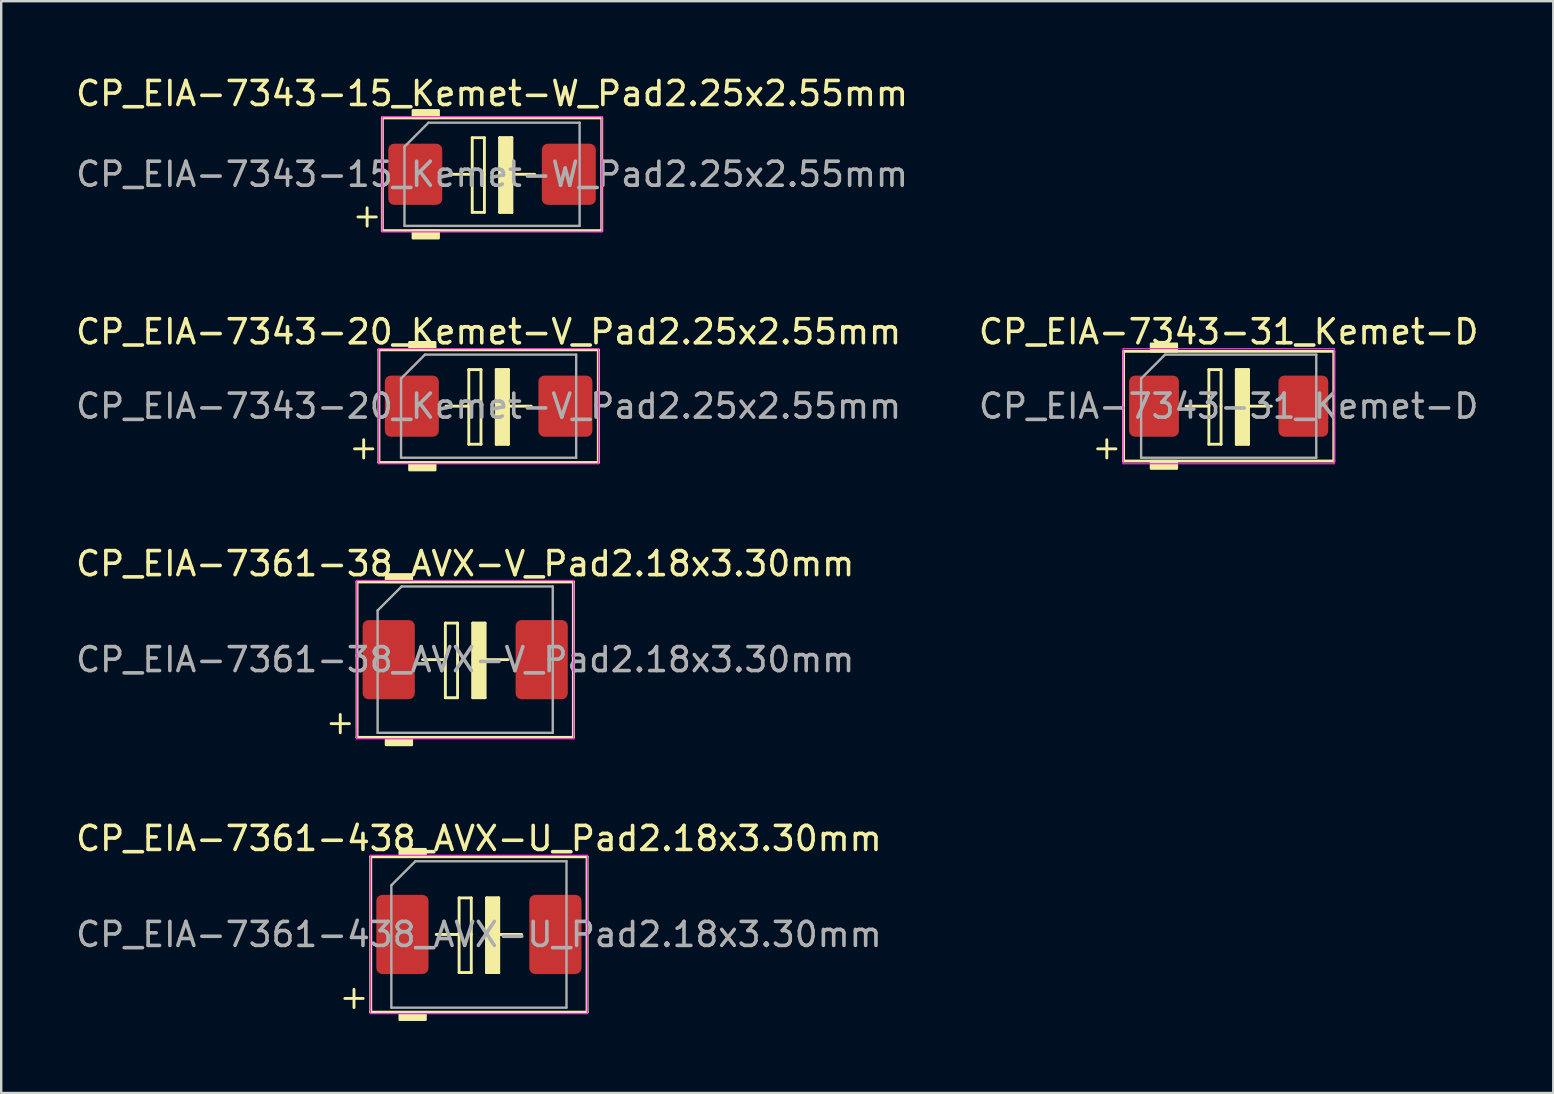
<source format=kicad_pcb>
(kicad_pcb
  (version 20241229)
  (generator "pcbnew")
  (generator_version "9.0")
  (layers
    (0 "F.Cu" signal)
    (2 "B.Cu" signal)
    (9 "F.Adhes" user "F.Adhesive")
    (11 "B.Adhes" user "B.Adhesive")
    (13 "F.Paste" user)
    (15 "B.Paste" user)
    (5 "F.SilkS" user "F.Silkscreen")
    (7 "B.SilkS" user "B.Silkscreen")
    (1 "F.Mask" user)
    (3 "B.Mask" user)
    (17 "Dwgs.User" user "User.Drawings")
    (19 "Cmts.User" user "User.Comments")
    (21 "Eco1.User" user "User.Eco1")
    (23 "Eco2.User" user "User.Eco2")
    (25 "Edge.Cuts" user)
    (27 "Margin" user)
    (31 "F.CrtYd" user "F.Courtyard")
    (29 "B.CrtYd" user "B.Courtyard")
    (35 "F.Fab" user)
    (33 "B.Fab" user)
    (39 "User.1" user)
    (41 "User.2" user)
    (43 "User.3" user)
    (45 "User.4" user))
  (footprint "CP_EIA-7361-438_AVX-U_Pad2.18x3.30mm"
    (layer "F.Cu")
    (at 16.911 35.898)
    (property "Reference" "CP_EIA-7361-438_AVX-U_Pad2.18x3.30mm" (at 0 -4 0) (layer "F.SilkS") (effects (font (size 1 1) (thickness 0.15))))
    (attr smd)
    (fp_line (start -5.588 2.667) (end -4.826 2.667) (stroke (width 0.12) (type solid)) (layer "F.SilkS"))
    (fp_line (start -5.207 2.286) (end -5.207 3.048) (stroke (width 0.12) (type solid)) (layer "F.SilkS"))
    (fp_line (start -4.508 -3.239) (end -4.508 3.239) (stroke (width 0.12) (type solid)) (layer "F.SilkS"))
    (fp_line (start -4.508 3.239) (end 4.508 3.239) (stroke (width 0.12) (type solid)) (layer "F.SilkS"))
    (fp_line (start -1.778 0) (end -0.826 0) (stroke (width 0.12) (type solid)) (layer "F.SilkS"))
    (fp_line (start -0.826 -1.524) (end -0.826 0) (stroke (width 0.12) (type solid)) (layer "F.SilkS"))
    (fp_line (start -0.826 1.587) (end -0.826 0) (stroke (width 0.12) (type solid)) (layer "F.SilkS"))
    (fp_line (start -0.826 1.587) (end -0.318 1.587) (stroke (width 0.12) (type solid)) (layer "F.SilkS"))
    (fp_line (start -0.318 -1.524) (end -0.826 -1.524) (stroke (width 0.12) (type solid)) (layer "F.SilkS"))
    (fp_line (start -0.318 -1.524) (end -0.318 0) (stroke (width 0.12) (type solid)) (layer "F.SilkS"))
    (fp_line (start -0.318 1.587) (end -0.318 0) (stroke (width 0.12) (type solid)) (layer "F.SilkS"))
    (fp_line (start 0.318 -1.524) (end 0.318 0) (stroke (width 0.12) (type solid)) (layer "F.SilkS"))
    (fp_line (start 0.318 1.587) (end 0.318 0) (stroke (width 0.12) (type solid)) (layer "F.SilkS"))
    (fp_line (start 0.318 1.587) (end 0.826 1.587) (stroke (width 0.12) (type solid)) (layer "F.SilkS"))
    (fp_line (start 0.826 -1.524) (end 0.318 -1.524) (stroke (width 0.12) (type solid)) (layer "F.SilkS"))
    (fp_line (start 0.826 -1.524) (end 0.826 0) (stroke (width 0.12) (type solid)) (layer "F.SilkS"))
    (fp_line (start 0.826 0) (end 1.778 0) (stroke (width 0.12) (type solid)) (layer "F.SilkS"))
    (fp_line (start 0.826 1.587) (end 0.826 0) (stroke (width 0.12) (type solid)) (layer "F.SilkS"))
    (fp_line (start 4.508 -3.239) (end -4.508 -3.239) (stroke (width 0.12) (type solid)) (layer "F.SilkS"))
    (fp_line (start 4.508 3.239) (end 4.508 -3.239) (stroke (width 0.12) (type solid)) (layer "F.SilkS"))
    (fp_poly (pts (xy -2.223 -3.239) (xy -3.302 -3.239) (xy -3.302 -3.556) (xy -2.223 -3.556)) (stroke (width 0.1) (type solid)) (fill yes) (layer "F.SilkS"))
    (fp_poly (pts (xy -2.223 3.556) (xy -3.302 3.556) (xy -3.302 3.239) (xy -2.223 3.239)) (stroke (width 0.1) (type solid)) (fill yes) (layer "F.SilkS"))
    (fp_poly (pts (xy 0.826 1.587) (xy 0.318 1.587) (xy 0.318 -1.524) (xy 0.826 -1.524)) (stroke (width 0.1) (type solid)) (fill yes) (layer "F.SilkS"))
    (fp_line (start -4.52 -3.3) (end 4.52 -3.3) (stroke (width 0.05) (type solid)) (layer "F.CrtYd"))
    (fp_line (start -4.52 3.3) (end -4.52 -3.3) (stroke (width 0.05) (type solid)) (layer "F.CrtYd"))
    (fp_line (start 4.52 -3.3) (end 4.52 3.3) (stroke (width 0.05) (type solid)) (layer "F.CrtYd"))
    (fp_line (start 4.52 3.3) (end -4.52 3.3) (stroke (width 0.05) (type solid)) (layer "F.CrtYd"))
    (fp_line (start -3.65 -2.05) (end -3.65 3.05) (stroke (width 0.1) (type solid)) (layer "F.Fab"))
    (fp_line (start -3.65 3.05) (end 3.65 3.05) (stroke (width 0.1) (type solid)) (layer "F.Fab"))
    (fp_line (start -2.65 -3.05) (end -3.65 -2.05) (stroke (width 0.1) (type solid)) (layer "F.Fab"))
    (fp_line (start 3.65 -3.05) (end -2.65 -3.05) (stroke (width 0.1) (type solid)) (layer "F.Fab"))
    (fp_line (start 3.65 3.05) (end 3.65 -3.05) (stroke (width 0.1) (type solid)) (layer "F.Fab"))
    (fp_text user "${REFERENCE}" (at 0 0 0) (layer "F.Fab") (effects (font (size 1 1) (thickness 0.15))))
    (pad "1" smd roundrect (at -3.188 0) (size 2.175 3.3) (layers "F.Cu" "F.Mask" "F.Paste") (roundrect_rratio 0.115))
    (pad "2" smd roundrect (at 3.188 0) (size 2.175 3.3) (layers "F.Cu" "F.Mask" "F.Paste") (roundrect_rratio 0.115)))
  (footprint "CP_EIA-7361-38_AVX-V_Pad2.18x3.30mm"
    (layer "F.Cu")
    (at 16.339 24.444)
    (property "Reference" "CP_EIA-7361-38_AVX-V_Pad2.18x3.30mm" (at 0 -4 0) (layer "F.SilkS") (effects (font (size 1 1) (thickness 0.15))))
    (attr smd)
    (fp_line (start -5.588 2.667) (end -4.826 2.667) (stroke (width 0.12) (type solid)) (layer "F.SilkS"))
    (fp_line (start -5.207 2.286) (end -5.207 3.048) (stroke (width 0.12) (type solid)) (layer "F.SilkS"))
    (fp_line (start -4.508 -3.239) (end -4.508 3.239) (stroke (width 0.12) (type solid)) (layer "F.SilkS"))
    (fp_line (start -4.508 3.239) (end 4.508 3.239) (stroke (width 0.12) (type solid)) (layer "F.SilkS"))
    (fp_line (start -1.778 0) (end -0.826 0) (stroke (width 0.12) (type solid)) (layer "F.SilkS"))
    (fp_line (start -0.826 -1.524) (end -0.826 0) (stroke (width 0.12) (type solid)) (layer "F.SilkS"))
    (fp_line (start -0.826 1.587) (end -0.826 0) (stroke (width 0.12) (type solid)) (layer "F.SilkS"))
    (fp_line (start -0.826 1.587) (end -0.318 1.587) (stroke (width 0.12) (type solid)) (layer "F.SilkS"))
    (fp_line (start -0.318 -1.524) (end -0.826 -1.524) (stroke (width 0.12) (type solid)) (layer "F.SilkS"))
    (fp_line (start -0.318 -1.524) (end -0.318 0) (stroke (width 0.12) (type solid)) (layer "F.SilkS"))
    (fp_line (start -0.318 1.587) (end -0.318 0) (stroke (width 0.12) (type solid)) (layer "F.SilkS"))
    (fp_line (start 0.318 -1.524) (end 0.318 0) (stroke (width 0.12) (type solid)) (layer "F.SilkS"))
    (fp_line (start 0.318 1.587) (end 0.318 0) (stroke (width 0.12) (type solid)) (layer "F.SilkS"))
    (fp_line (start 0.318 1.587) (end 0.826 1.587) (stroke (width 0.12) (type solid)) (layer "F.SilkS"))
    (fp_line (start 0.826 -1.524) (end 0.318 -1.524) (stroke (width 0.12) (type solid)) (layer "F.SilkS"))
    (fp_line (start 0.826 -1.524) (end 0.826 0) (stroke (width 0.12) (type solid)) (layer "F.SilkS"))
    (fp_line (start 0.826 0) (end 1.778 0) (stroke (width 0.12) (type solid)) (layer "F.SilkS"))
    (fp_line (start 0.826 1.587) (end 0.826 0) (stroke (width 0.12) (type solid)) (layer "F.SilkS"))
    (fp_line (start 4.508 -3.239) (end -4.508 -3.239) (stroke (width 0.12) (type solid)) (layer "F.SilkS"))
    (fp_line (start 4.508 3.239) (end 4.508 -3.239) (stroke (width 0.12) (type solid)) (layer "F.SilkS"))
    (fp_poly (pts (xy -2.223 -3.239) (xy -3.302 -3.239) (xy -3.302 -3.556) (xy -2.223 -3.556)) (stroke (width 0.1) (type solid)) (fill yes) (layer "F.SilkS"))
    (fp_poly (pts (xy -2.223 3.556) (xy -3.302 3.556) (xy -3.302 3.239) (xy -2.223 3.239)) (stroke (width 0.1) (type solid)) (fill yes) (layer "F.SilkS"))
    (fp_poly (pts (xy 0.826 1.587) (xy 0.318 1.587) (xy 0.318 -1.524) (xy 0.826 -1.524)) (stroke (width 0.1) (type solid)) (fill yes) (layer "F.SilkS"))
    (fp_line (start -4.52 -3.3) (end 4.52 -3.3) (stroke (width 0.05) (type solid)) (layer "F.CrtYd"))
    (fp_line (start -4.52 3.3) (end -4.52 -3.3) (stroke (width 0.05) (type solid)) (layer "F.CrtYd"))
    (fp_line (start 4.52 -3.3) (end 4.52 3.3) (stroke (width 0.05) (type solid)) (layer "F.CrtYd"))
    (fp_line (start 4.52 3.3) (end -4.52 3.3) (stroke (width 0.05) (type solid)) (layer "F.CrtYd"))
    (fp_line (start -3.65 -2.05) (end -3.65 3.05) (stroke (width 0.1) (type solid)) (layer "F.Fab"))
    (fp_line (start -3.65 3.05) (end 3.65 3.05) (stroke (width 0.1) (type solid)) (layer "F.Fab"))
    (fp_line (start -2.65 -3.05) (end -3.65 -2.05) (stroke (width 0.1) (type solid)) (layer "F.Fab"))
    (fp_line (start 3.65 -3.05) (end -2.65 -3.05) (stroke (width 0.1) (type solid)) (layer "F.Fab"))
    (fp_line (start 3.65 3.05) (end 3.65 -3.05) (stroke (width 0.1) (type solid)) (layer "F.Fab"))
    (fp_text user "${REFERENCE}" (at 0 0 0) (layer "F.Fab") (effects (font (size 1 1) (thickness 0.15))))
    (pad "1" smd roundrect (at -3.188 0) (size 2.175 3.3) (layers "F.Cu" "F.Mask" "F.Paste") (roundrect_rratio 0.115))
    (pad "2" smd roundrect (at 3.188 0) (size 2.175 3.3) (layers "F.Cu" "F.Mask" "F.Paste") (roundrect_rratio 0.115)))
  (footprint "CP_EIA-7343-31_Kemet-D"
    (layer "F.Cu")
    (at 48.161 13.879)
    (property "Reference" "CP_EIA-7343-31_Kemet-D" (at 0 -3.1 0) (layer "F.SilkS") (effects (font (size 1 1) (thickness 0.15))))
    (attr smd)
    (fp_line (start -5.461 1.778) (end -4.699 1.778) (stroke (width 0.12) (type solid)) (layer "F.SilkS"))
    (fp_line (start -5.08 1.397) (end -5.08 2.159) (stroke (width 0.12) (type solid)) (layer "F.SilkS"))
    (fp_line (start -4.381 -2.286) (end -4.381 2.286) (stroke (width 0.12) (type solid)) (layer "F.SilkS"))
    (fp_line (start -4.381 2.286) (end 4.381 2.286) (stroke (width 0.12) (type solid)) (layer "F.SilkS"))
    (fp_line (start -1.778 0) (end -0.826 0) (stroke (width 0.12) (type solid)) (layer "F.SilkS"))
    (fp_line (start -0.826 -1.524) (end -0.826 0) (stroke (width 0.12) (type solid)) (layer "F.SilkS"))
    (fp_line (start -0.826 1.587) (end -0.826 0) (stroke (width 0.12) (type solid)) (layer "F.SilkS"))
    (fp_line (start -0.826 1.587) (end -0.318 1.587) (stroke (width 0.12) (type solid)) (layer "F.SilkS"))
    (fp_line (start -0.318 -1.524) (end -0.826 -1.524) (stroke (width 0.12) (type solid)) (layer "F.SilkS"))
    (fp_line (start -0.318 -1.524) (end -0.318 0) (stroke (width 0.12) (type solid)) (layer "F.SilkS"))
    (fp_line (start -0.318 1.587) (end -0.318 0) (stroke (width 0.12) (type solid)) (layer "F.SilkS"))
    (fp_line (start 0.318 -1.524) (end 0.318 0) (stroke (width 0.12) (type solid)) (layer "F.SilkS"))
    (fp_line (start 0.318 1.587) (end 0.318 0) (stroke (width 0.12) (type solid)) (layer "F.SilkS"))
    (fp_line (start 0.318 1.587) (end 0.826 1.587) (stroke (width 0.12) (type solid)) (layer "F.SilkS"))
    (fp_line (start 0.826 -1.524) (end 0.318 -1.524) (stroke (width 0.12) (type solid)) (layer "F.SilkS"))
    (fp_line (start 0.826 -1.524) (end 0.826 0) (stroke (width 0.12) (type solid)) (layer "F.SilkS"))
    (fp_line (start 0.826 0) (end 1.778 0) (stroke (width 0.12) (type solid)) (layer "F.SilkS"))
    (fp_line (start 0.826 1.587) (end 0.826 0) (stroke (width 0.12) (type solid)) (layer "F.SilkS"))
    (fp_line (start 4.381 -2.286) (end -4.381 -2.286) (stroke (width 0.12) (type solid)) (layer "F.SilkS"))
    (fp_line (start 4.381 2.286) (end 4.381 -2.286) (stroke (width 0.12) (type solid)) (layer "F.SilkS"))
    (fp_poly (pts (xy -2.159 -2.286) (xy -3.239 -2.286) (xy -3.239 -2.603) (xy -2.159 -2.603)) (stroke (width 0.1) (type solid)) (fill yes) (layer "F.SilkS"))
    (fp_poly (pts (xy -2.159 2.603) (xy -3.239 2.603) (xy -3.239 2.286) (xy -2.159 2.286)) (stroke (width 0.1) (type solid)) (fill yes) (layer "F.SilkS"))
    (fp_poly (pts (xy 0.826 1.587) (xy 0.318 1.587) (xy 0.318 -1.524) (xy 0.826 -1.524)) (stroke (width 0.1) (type solid)) (fill yes) (layer "F.SilkS"))
    (fp_line (start -4.4 -2.4) (end 4.4 -2.4) (stroke (width 0.05) (type solid)) (layer "F.CrtYd"))
    (fp_line (start -4.4 2.4) (end -4.4 -2.4) (stroke (width 0.05) (type solid)) (layer "F.CrtYd"))
    (fp_line (start 4.4 -2.4) (end 4.4 2.4) (stroke (width 0.05) (type solid)) (layer "F.CrtYd"))
    (fp_line (start 4.4 2.4) (end -4.4 2.4) (stroke (width 0.05) (type solid)) (layer "F.CrtYd"))
    (fp_line (start -3.65 -1.15) (end -3.65 2.15) (stroke (width 0.1) (type solid)) (layer "F.Fab"))
    (fp_line (start -3.65 2.15) (end 3.65 2.15) (stroke (width 0.1) (type solid)) (layer "F.Fab"))
    (fp_line (start -2.65 -2.15) (end -3.65 -1.15) (stroke (width 0.1) (type solid)) (layer "F.Fab"))
    (fp_line (start 3.65 -2.15) (end -2.65 -2.15) (stroke (width 0.1) (type solid)) (layer "F.Fab"))
    (fp_line (start 3.65 2.15) (end 3.65 -2.15) (stroke (width 0.1) (type solid)) (layer "F.Fab"))
    (fp_text user "${REFERENCE}" (at 0 0 0) (layer "F.Fab") (effects (font (size 1 1) (thickness 0.15))))
    (pad "1" smd roundrect (at -3.112 0) (size 2.075 2.55) (layers "F.Cu" "F.Mask" "F.Paste") (roundrect_rratio 0.12))
    (pad "2" smd roundrect (at 3.112 0) (size 2.075 2.55) (layers "F.Cu" "F.Mask" "F.Paste") (roundrect_rratio 0.12)))
  (footprint "CP_EIA-7343-15_Kemet-W_Pad2.25x2.55mm"
    (layer "F.Cu")
    (at 17.458 4.214)
    (property "Reference" "CP_EIA-7343-15_Kemet-W_Pad2.25x2.55mm" (at 0 -3.365 0) (layer "F.SilkS") (effects (font (size 1 1) (thickness 0.15))))
    (attr smd)
    (fp_line (start -5.588 1.778) (end -4.826 1.778) (stroke (width 0.12) (type solid)) (layer "F.SilkS"))
    (fp_line (start -5.207 1.397) (end -5.207 2.159) (stroke (width 0.12) (type solid)) (layer "F.SilkS"))
    (fp_line (start -4.572 -2.349) (end -4.572 2.349) (stroke (width 0.12) (type solid)) (layer "F.SilkS"))
    (fp_line (start -4.572 2.349) (end 4.572 2.349) (stroke (width 0.12) (type solid)) (layer "F.SilkS"))
    (fp_line (start -1.778 0) (end -0.826 0) (stroke (width 0.12) (type solid)) (layer "F.SilkS"))
    (fp_line (start -0.826 -1.524) (end -0.826 0) (stroke (width 0.12) (type solid)) (layer "F.SilkS"))
    (fp_line (start -0.826 1.587) (end -0.826 0) (stroke (width 0.12) (type solid)) (layer "F.SilkS"))
    (fp_line (start -0.826 1.587) (end -0.318 1.587) (stroke (width 0.12) (type solid)) (layer "F.SilkS"))
    (fp_line (start -0.318 -1.524) (end -0.826 -1.524) (stroke (width 0.12) (type solid)) (layer "F.SilkS"))
    (fp_line (start -0.318 -1.524) (end -0.318 0) (stroke (width 0.12) (type solid)) (layer "F.SilkS"))
    (fp_line (start -0.318 1.587) (end -0.318 0) (stroke (width 0.12) (type solid)) (layer "F.SilkS"))
    (fp_line (start 0.318 -1.524) (end 0.318 0) (stroke (width 0.12) (type solid)) (layer "F.SilkS"))
    (fp_line (start 0.318 1.587) (end 0.318 0) (stroke (width 0.12) (type solid)) (layer "F.SilkS"))
    (fp_line (start 0.318 1.587) (end 0.826 1.587) (stroke (width 0.12) (type solid)) (layer "F.SilkS"))
    (fp_line (start 0.826 -1.524) (end 0.318 -1.524) (stroke (width 0.12) (type solid)) (layer "F.SilkS"))
    (fp_line (start 0.826 -1.524) (end 0.826 0) (stroke (width 0.12) (type solid)) (layer "F.SilkS"))
    (fp_line (start 0.826 0) (end 1.778 0) (stroke (width 0.12) (type solid)) (layer "F.SilkS"))
    (fp_line (start 0.826 1.587) (end 0.826 0) (stroke (width 0.12) (type solid)) (layer "F.SilkS"))
    (fp_line (start 4.572 -2.349) (end -4.572 -2.349) (stroke (width 0.12) (type solid)) (layer "F.SilkS"))
    (fp_line (start 4.572 2.349) (end 4.572 -2.349) (stroke (width 0.12) (type solid)) (layer "F.SilkS"))
    (fp_poly (pts (xy -2.223 -2.349) (xy -3.302 -2.349) (xy -3.302 -2.667) (xy -2.223 -2.667)) (stroke (width 0.1) (type solid)) (fill yes) (layer "F.SilkS"))
    (fp_poly (pts (xy -2.223 2.667) (xy -3.302 2.667) (xy -3.302 2.349) (xy -2.223 2.349)) (stroke (width 0.1) (type solid)) (fill yes) (layer "F.SilkS"))
    (fp_poly (pts (xy 0.826 1.587) (xy 0.318 1.587) (xy 0.318 -1.524) (xy 0.826 -1.524)) (stroke (width 0.1) (type solid)) (fill yes) (layer "F.SilkS"))
    (fp_line (start -4.58 -2.4) (end 4.58 -2.4) (stroke (width 0.05) (type solid)) (layer "F.CrtYd"))
    (fp_line (start -4.58 2.4) (end -4.58 -2.4) (stroke (width 0.05) (type solid)) (layer "F.CrtYd"))
    (fp_line (start 4.58 -2.4) (end 4.58 2.4) (stroke (width 0.05) (type solid)) (layer "F.CrtYd"))
    (fp_line (start 4.58 2.4) (end -4.58 2.4) (stroke (width 0.05) (type solid)) (layer "F.CrtYd"))
    (fp_line (start -3.65 -1.15) (end -3.65 2.15) (stroke (width 0.1) (type solid)) (layer "F.Fab"))
    (fp_line (start -3.65 2.15) (end 3.65 2.15) (stroke (width 0.1) (type solid)) (layer "F.Fab"))
    (fp_line (start -2.65 -2.15) (end -3.65 -1.15) (stroke (width 0.1) (type solid)) (layer "F.Fab"))
    (fp_line (start 3.65 -2.15) (end -2.65 -2.15) (stroke (width 0.1) (type solid)) (layer "F.Fab"))
    (fp_line (start 3.65 2.15) (end 3.65 -2.15) (stroke (width 0.1) (type solid)) (layer "F.Fab"))
    (fp_text user "${REFERENCE}" (at 0 0 0) (layer "F.Fab") (effects (font (size 1 1) (thickness 0.15))))
    (pad "1" smd roundrect (at -3.2 0) (size 2.25 2.55) (layers "F.Cu" "F.Mask" "F.Paste") (roundrect_rratio 0.111))
    (pad "2" smd roundrect (at 3.2 0) (size 2.25 2.55) (layers "F.Cu" "F.Mask" "F.Paste") (roundrect_rratio 0.111)))
  (footprint "CP_EIA-7343-20_Kemet-V_Pad2.25x2.55mm"
    (layer "F.Cu")
    (at 17.315 13.879)
    (property "Reference" "CP_EIA-7343-20_Kemet-V_Pad2.25x2.55mm" (at 0 -3.1 0) (layer "F.SilkS") (effects (font (size 1 1) (thickness 0.15))))
    (attr smd)
    (fp_line (start -5.588 1.778) (end -4.826 1.778) (stroke (width 0.12) (type solid)) (layer "F.SilkS"))
    (fp_line (start -5.207 1.397) (end -5.207 2.159) (stroke (width 0.12) (type solid)) (layer "F.SilkS"))
    (fp_line (start -4.572 -2.349) (end -4.572 2.349) (stroke (width 0.12) (type solid)) (layer "F.SilkS"))
    (fp_line (start -4.572 2.349) (end 4.572 2.349) (stroke (width 0.12) (type solid)) (layer "F.SilkS"))
    (fp_line (start -1.778 0) (end -0.826 0) (stroke (width 0.12) (type solid)) (layer "F.SilkS"))
    (fp_line (start -0.826 -1.524) (end -0.826 0) (stroke (width 0.12) (type solid)) (layer "F.SilkS"))
    (fp_line (start -0.826 1.587) (end -0.826 0) (stroke (width 0.12) (type solid)) (layer "F.SilkS"))
    (fp_line (start -0.826 1.587) (end -0.318 1.587) (stroke (width 0.12) (type solid)) (layer "F.SilkS"))
    (fp_line (start -0.318 -1.524) (end -0.826 -1.524) (stroke (width 0.12) (type solid)) (layer "F.SilkS"))
    (fp_line (start -0.318 -1.524) (end -0.318 0) (stroke (width 0.12) (type solid)) (layer "F.SilkS"))
    (fp_line (start -0.318 1.587) (end -0.318 0) (stroke (width 0.12) (type solid)) (layer "F.SilkS"))
    (fp_line (start 0.318 -1.524) (end 0.318 0) (stroke (width 0.12) (type solid)) (layer "F.SilkS"))
    (fp_line (start 0.318 1.587) (end 0.318 0) (stroke (width 0.12) (type solid)) (layer "F.SilkS"))
    (fp_line (start 0.318 1.587) (end 0.826 1.587) (stroke (width 0.12) (type solid)) (layer "F.SilkS"))
    (fp_line (start 0.826 -1.524) (end 0.318 -1.524) (stroke (width 0.12) (type solid)) (layer "F.SilkS"))
    (fp_line (start 0.826 -1.524) (end 0.826 0) (stroke (width 0.12) (type solid)) (layer "F.SilkS"))
    (fp_line (start 0.826 0) (end 1.778 0) (stroke (width 0.12) (type solid)) (layer "F.SilkS"))
    (fp_line (start 0.826 1.587) (end 0.826 0) (stroke (width 0.12) (type solid)) (layer "F.SilkS"))
    (fp_line (start 4.572 -2.349) (end -4.572 -2.349) (stroke (width 0.12) (type solid)) (layer "F.SilkS"))
    (fp_line (start 4.572 2.349) (end 4.572 -2.349) (stroke (width 0.12) (type solid)) (layer "F.SilkS"))
    (fp_poly (pts (xy -2.223 -2.349) (xy -3.302 -2.349) (xy -3.302 -2.667) (xy -2.223 -2.667)) (stroke (width 0.1) (type solid)) (fill yes) (layer "F.SilkS"))
    (fp_poly (pts (xy -2.223 2.667) (xy -3.302 2.667) (xy -3.302 2.349) (xy -2.223 2.349)) (stroke (width 0.1) (type solid)) (fill yes) (layer "F.SilkS"))
    (fp_poly (pts (xy 0.826 1.587) (xy 0.318 1.587) (xy 0.318 -1.524) (xy 0.826 -1.524)) (stroke (width 0.1) (type solid)) (fill yes) (layer "F.SilkS"))
    (fp_line (start -4.58 -2.4) (end 4.58 -2.4) (stroke (width 0.05) (type solid)) (layer "F.CrtYd"))
    (fp_line (start -4.58 2.4) (end -4.58 -2.4) (stroke (width 0.05) (type solid)) (layer "F.CrtYd"))
    (fp_line (start 4.58 -2.4) (end 4.58 2.4) (stroke (width 0.05) (type solid)) (layer "F.CrtYd"))
    (fp_line (start 4.58 2.4) (end -4.58 2.4) (stroke (width 0.05) (type solid)) (layer "F.CrtYd"))
    (fp_line (start -3.65 -1.15) (end -3.65 2.15) (stroke (width 0.1) (type solid)) (layer "F.Fab"))
    (fp_line (start -3.65 2.15) (end 3.65 2.15) (stroke (width 0.1) (type solid)) (layer "F.Fab"))
    (fp_line (start -2.65 -2.15) (end -3.65 -1.15) (stroke (width 0.1) (type solid)) (layer "F.Fab"))
    (fp_line (start 3.65 -2.15) (end -2.65 -2.15) (stroke (width 0.1) (type solid)) (layer "F.Fab"))
    (fp_line (start 3.65 2.15) (end 3.65 -2.15) (stroke (width 0.1) (type solid)) (layer "F.Fab"))
    (fp_text user "${REFERENCE}" (at 0 0 0) (layer "F.Fab") (effects (font (size 1 1) (thickness 0.15))))
    (pad "1" smd roundrect (at -3.2 0) (size 2.25 2.55) (layers "F.Cu" "F.Mask" "F.Paste") (roundrect_rratio 0.111))
    (pad "2" smd roundrect (at 3.2 0) (size 2.25 2.55) (layers "F.Cu" "F.Mask" "F.Paste") (roundrect_rratio 0.111)))
  (gr_rect
    (start -3 -3)
    (end 61.69 42.505)
    (stroke (width 0.1) (type default))
    (fill no)
    (layer "Edge.Cuts")))
</source>
